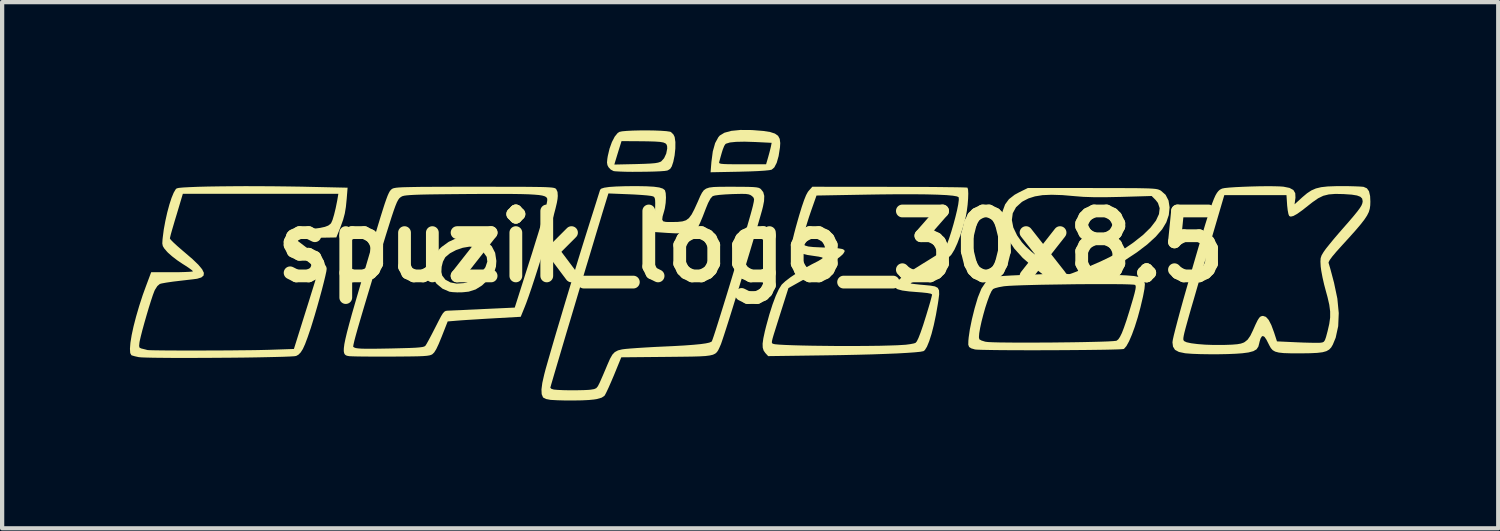
<source format=kicad_pcb>
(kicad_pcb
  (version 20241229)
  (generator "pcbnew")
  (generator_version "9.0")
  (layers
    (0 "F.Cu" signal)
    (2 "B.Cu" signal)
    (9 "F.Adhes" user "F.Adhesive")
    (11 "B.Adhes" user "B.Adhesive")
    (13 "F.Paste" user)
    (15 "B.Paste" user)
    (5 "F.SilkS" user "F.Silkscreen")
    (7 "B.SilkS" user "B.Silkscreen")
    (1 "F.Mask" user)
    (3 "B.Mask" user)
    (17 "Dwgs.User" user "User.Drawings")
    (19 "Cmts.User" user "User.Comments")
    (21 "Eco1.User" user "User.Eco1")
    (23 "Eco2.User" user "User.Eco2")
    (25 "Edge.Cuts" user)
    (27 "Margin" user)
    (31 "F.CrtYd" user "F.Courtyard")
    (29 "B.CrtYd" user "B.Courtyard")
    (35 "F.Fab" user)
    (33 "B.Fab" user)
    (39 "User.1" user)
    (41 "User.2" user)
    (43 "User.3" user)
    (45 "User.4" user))
  (footprint "spuzik_logo_30x8.5"
    (layer "F.Cu")
    (at 14.572 2.736)
    (property "Reference" "spuzik_logo_30x8.5" (at 0 0 0) (layer "F.SilkS") (effects (font (size 1.524 1.524) (thickness 0.3))))
    (attr board_only exclude_from_pos_files exclude_from_bom)
    (fp_poly (pts (xy 0.017 -2.734) (xy 0.075 -2.73) (xy 0.29 -2.713) (xy 0.451 -2.688) (xy 0.565 -2.651) (xy 0.639 -2.599) (xy 0.678 -2.526) (xy 0.69 -2.429) (xy 0.684 -2.329) (xy 0.652 -2.124) (xy 0.607 -1.965) (xy 0.55 -1.856) (xy 0.489 -1.804) (xy 0.431 -1.792) (xy 0.322 -1.781) (xy 0.167 -1.771) (xy -0.025 -1.763) (xy -0.246 -1.757) (xy -0.269 -1.756) (xy -0.945 -1.743) (xy -0.927 -1.965) (xy -0.745 -1.965) (xy -0.731 -1.951) (xy -0.696 -1.942) (xy -0.63 -1.936) (xy -0.526 -1.932) (xy -0.377 -1.931) (xy -0.2 -1.931) (xy 0.358 -1.931) (xy 0.406 -2.096) (xy 0.436 -2.205) (xy 0.461 -2.304) (xy 0.471 -2.347) (xy 0.488 -2.434) (xy 0.108 -2.453) (xy -0.145 -2.461) (xy -0.346 -2.457) (xy -0.492 -2.442) (xy -0.582 -2.414) (xy -0.596 -2.405) (xy -0.625 -2.361) (xy -0.658 -2.279) (xy -0.681 -2.206) (xy -0.71 -2.104) (xy -0.733 -2.019) (xy -0.743 -1.983) (xy -0.745 -1.965) (xy -0.927 -1.965) (xy -0.926 -1.98) (xy -0.893 -2.232) (xy -0.838 -2.428) (xy -0.762 -2.567) (xy -0.729 -2.605) (xy -0.62 -2.671) (xy -0.458 -2.715) (xy -0.245 -2.736)) (stroke (width 0) (type solid)) (fill yes) (layer "F.SilkS"))
    (fp_poly (pts (xy -6.477 -0.225) (xy -6.389 -0.216) (xy -6.322 -0.197) (xy -6.258 -0.161) (xy -6.21 -0.129) (xy -6.08 -0.006) (xy -6.001 0.148) (xy -5.973 0.334) (xy -5.973 0.346) (xy -5.982 0.473) (xy -6.016 0.579) (xy -6.084 0.685) (xy -6.159 0.771) (xy -6.31 0.914) (xy -6.459 1.007) (xy -6.622 1.059) (xy -6.768 1.074) (xy -6.891 1.076) (xy -7.001 1.07) (xy -7.074 1.06) (xy -7.237 0.989) (xy -7.375 0.875) (xy -7.475 0.732) (xy -7.51 0.64) (xy -7.513 0.597) (xy -7.263 0.597) (xy -7.244 0.681) (xy -7.169 0.778) (xy -7.052 0.842) (xy -6.906 0.87) (xy -6.74 0.859) (xy -6.661 0.839) (xy -6.552 0.788) (xy -6.431 0.703) (xy -6.32 0.601) (xy -6.24 0.501) (xy -6.228 0.481) (xy -6.185 0.354) (xy -6.199 0.243) (xy -6.271 0.142) (xy -6.29 0.124) (xy -6.372 0.063) (xy -6.451 0.02) (xy -6.473 0.012) (xy -6.605 0.003) (xy -6.76 0.029) (xy -6.918 0.083) (xy -7.06 0.158) (xy -7.166 0.246) (xy -7.175 0.258) (xy -7.226 0.354) (xy -7.257 0.476) (xy -7.263 0.597) (xy -7.513 0.597) (xy -7.519 0.5) (xy -7.484 0.344) (xy -7.411 0.191) (xy -7.306 0.055) (xy -7.255 0.008) (xy -7.092 -0.11) (xy -6.935 -0.183) (xy -6.762 -0.219) (xy -6.606 -0.226)) (stroke (width 0) (type solid)) (fill yes) (layer "F.SilkS"))
    (fp_poly (pts (xy -2.261 -2.723) (xy -2.108 -2.717) (xy -1.984 -2.708) (xy -1.901 -2.696) (xy -1.878 -2.689) (xy -1.819 -2.633) (xy -1.788 -2.571) (xy -1.771 -2.453) (xy -1.772 -2.301) (xy -1.789 -2.139) (xy -1.82 -1.988) (xy -1.823 -1.979) (xy -1.856 -1.88) (xy -1.893 -1.823) (xy -1.945 -1.79) (xy -1.965 -1.783) (xy -2.022 -1.774) (xy -2.127 -1.766) (xy -2.267 -1.76) (xy -2.432 -1.756) (xy -2.608 -1.754) (xy -2.784 -1.753) (xy -2.946 -1.755) (xy -3.084 -1.76) (xy -3.185 -1.766) (xy -3.221 -1.771) (xy -3.287 -1.805) (xy -3.34 -1.861) (xy -3.367 -1.913) (xy -3.368 -1.924) (xy -3.204 -1.924) (xy -2.693 -1.935) (xy -2.497 -1.941) (xy -2.351 -1.948) (xy -2.247 -1.957) (xy -2.175 -1.97) (xy -2.125 -1.987) (xy -2.103 -1.999) (xy -2.036 -2.073) (xy -1.986 -2.181) (xy -1.963 -2.298) (xy -1.965 -2.353) (xy -1.977 -2.392) (xy -2.003 -2.421) (xy -2.053 -2.442) (xy -2.133 -2.456) (xy -2.252 -2.464) (xy -2.417 -2.469) (xy -2.581 -2.471) (xy -3.035 -2.474) (xy -3.099 -2.27) (xy -3.134 -2.156) (xy -3.164 -2.057) (xy -3.183 -1.995) (xy -3.204 -1.924) (xy -3.368 -1.924) (xy -3.376 -1.973) (xy -3.368 -2.06) (xy -3.358 -2.122) (xy -3.317 -2.296) (xy -3.261 -2.452) (xy -3.195 -2.579) (xy -3.126 -2.664) (xy -3.086 -2.69) (xy -3.022 -2.704) (xy -2.912 -2.714) (xy -2.769 -2.721) (xy -2.604 -2.725) (xy -2.431 -2.726)) (stroke (width 0) (type solid)) (fill yes) (layer "F.SilkS"))
    (fp_poly (pts (xy -6.095 -1.403) (xy -5.769 -1.402) (xy -5.495 -1.402) (xy -5.267 -1.401) (xy -5.081 -1.399) (xy -4.933 -1.397) (xy -4.818 -1.394) (xy -4.731 -1.389) (xy -4.669 -1.384) (xy -4.626 -1.377) (xy -4.598 -1.369) (xy -4.58 -1.359) (xy -4.569 -1.347) (xy -4.565 -1.342) (xy -4.537 -1.28) (xy -4.531 -1.187) (xy -4.537 -1.116) (xy -4.552 -1.029) (xy -4.584 -0.894) (xy -4.63 -0.718) (xy -4.688 -0.509) (xy -4.756 -0.277) (xy -4.83 -0.028) (xy -4.908 0.228) (xy -4.988 0.483) (xy -5.067 0.729) (xy -5.142 0.958) (xy -5.212 1.162) (xy -5.273 1.331) (xy -5.314 1.435) (xy -5.401 1.649) (xy -6.041 1.685) (xy -6.248 1.697) (xy -6.449 1.71) (xy -6.632 1.721) (xy -6.782 1.731) (xy -6.887 1.739) (xy -6.899 1.74) (xy -7.115 1.758) (xy -7.256 2.117) (xy -7.326 2.287) (xy -7.383 2.408) (xy -7.432 2.486) (xy -7.475 2.528) (xy -7.504 2.543) (xy -7.544 2.555) (xy -7.601 2.564) (xy -7.684 2.571) (xy -7.798 2.576) (xy -7.951 2.579) (xy -8.15 2.581) (xy -8.401 2.583) (xy -8.43 2.583) (xy -8.66 2.583) (xy -8.875 2.583) (xy -9.067 2.582) (xy -9.226 2.58) (xy -9.344 2.577) (xy -9.412 2.574) (xy -9.418 2.574) (xy -9.462 2.567) (xy -9.498 2.556) (xy -9.526 2.536) (xy -9.545 2.503) (xy -9.554 2.454) (xy -9.552 2.384) (xy -9.547 2.346) (xy -9.333 2.346) (xy -9.331 2.354) (xy -9.307 2.37) (xy -9.271 2.383) (xy -9.214 2.391) (xy -9.131 2.397) (xy -9.014 2.399) (xy -8.856 2.399) (xy -8.651 2.396) (xy -8.431 2.392) (xy -8.194 2.386) (xy -8.01 2.381) (xy -7.873 2.375) (xy -7.774 2.367) (xy -7.707 2.358) (xy -7.666 2.347) (xy -7.642 2.332) (xy -7.637 2.327) (xy -7.609 2.283) (xy -7.561 2.196) (xy -7.498 2.078) (xy -7.427 1.94) (xy -7.403 1.893) (xy -7.326 1.742) (xy -7.27 1.636) (xy -7.228 1.568) (xy -7.194 1.53) (xy -7.161 1.511) (xy -7.124 1.506) (xy -7.111 1.505) (xy -7.054 1.503) (xy -6.947 1.498) (xy -6.798 1.492) (xy -6.618 1.483) (xy -6.417 1.474) (xy -6.277 1.467) (xy -5.541 1.433) (xy -5.215 0.407) (xy -5.135 0.157) (xy -5.06 -0.086) (xy -4.989 -0.313) (xy -4.928 -0.515) (xy -4.877 -0.684) (xy -4.841 -0.811) (xy -4.824 -0.873) (xy -4.794 -0.996) (xy -4.779 -1.074) (xy -4.778 -1.121) (xy -4.792 -1.148) (xy -4.811 -1.165) (xy -4.845 -1.182) (xy -4.898 -1.197) (xy -4.976 -1.209) (xy -5.081 -1.218) (xy -5.219 -1.226) (xy -5.394 -1.231) (xy -5.611 -1.234) (xy -5.873 -1.235) (xy -6.184 -1.235) (xy -6.551 -1.233) (xy -6.697 -1.232) (xy -7.034 -1.229) (xy -7.316 -1.226) (xy -7.547 -1.223) (xy -7.734 -1.219) (xy -7.881 -1.214) (xy -7.993 -1.208) (xy -8.076 -1.201) (xy -8.134 -1.193) (xy -8.174 -1.183) (xy -8.19 -1.176) (xy -8.221 -1.157) (xy -8.25 -1.132) (xy -8.278 -1.093) (xy -8.308 -1.036) (xy -8.342 -0.953) (xy -8.383 -0.839) (xy -8.433 -0.689) (xy -8.494 -0.496) (xy -8.57 -0.254) (xy -8.615 -0.106) (xy -8.759 0.365) (xy -8.886 0.78) (xy -8.995 1.141) (xy -9.088 1.451) (xy -9.165 1.712) (xy -9.227 1.925) (xy -9.274 2.093) (xy -9.307 2.218) (xy -9.326 2.302) (xy -9.333 2.346) (xy -9.547 2.346) (xy -9.54 2.29) (xy -9.515 2.167) (xy -9.478 2.011) (xy -9.427 1.818) (xy -9.363 1.585) (xy -9.283 1.308) (xy -9.188 0.982) (xy -9.077 0.603) (xy -9.037 0.468) (xy -8.93 0.104) (xy -8.838 -0.206) (xy -8.76 -0.467) (xy -8.694 -0.684) (xy -8.639 -0.86) (xy -8.594 -1.001) (xy -8.556 -1.11) (xy -8.525 -1.193) (xy -8.498 -1.253) (xy -8.475 -1.296) (xy -8.453 -1.324) (xy -8.432 -1.344) (xy -8.419 -1.353) (xy -8.399 -1.364) (xy -8.369 -1.372) (xy -8.324 -1.38) (xy -8.261 -1.386) (xy -8.174 -1.391) (xy -8.059 -1.394) (xy -7.912 -1.397) (xy -7.727 -1.4) (xy -7.501 -1.401) (xy -7.229 -1.402) (xy -6.906 -1.403) (xy -6.527 -1.403) (xy -6.477 -1.403)) (stroke (width 0) (type solid)) (fill yes) (layer "F.SilkS"))
    (fp_poly (pts (xy -11.541 -1.416) (xy -11.205 -1.414) (xy -10.866 -1.41) (xy -10.53 -1.405) (xy -10.411 -1.402) (xy -9.464 -1.381) (xy -9.485 -1.12) (xy -9.504 -0.93) (xy -9.53 -0.774) (xy -9.569 -0.628) (xy -9.627 -0.466) (xy -9.647 -0.415) (xy -9.729 -0.213) (xy -10.718 -0.196) (xy -10.429 0.024) (xy -10.24 0.174) (xy -10.101 0.298) (xy -10.009 0.399) (xy -9.963 0.48) (xy -9.955 0.521) (xy -9.963 0.584) (xy -9.987 0.694) (xy -10.023 0.842) (xy -10.068 1.018) (xy -10.121 1.212) (xy -10.178 1.415) (xy -10.237 1.617) (xy -10.295 1.807) (xy -10.329 1.916) (xy -10.401 2.127) (xy -10.461 2.288) (xy -10.514 2.405) (xy -10.565 2.485) (xy -10.617 2.538) (xy -10.671 2.568) (xy -10.718 2.575) (xy -10.817 2.581) (xy -10.965 2.587) (xy -11.152 2.592) (xy -11.374 2.597) (xy -11.623 2.602) (xy -11.894 2.606) (xy -12.178 2.609) (xy -12.47 2.611) (xy -12.763 2.613) (xy -13.051 2.614) (xy -13.327 2.615) (xy -13.585 2.614) (xy -13.817 2.612) (xy -14.017 2.61) (xy -14.18 2.606) (xy -14.297 2.602) (xy -14.363 2.596) (xy -14.365 2.596) (xy -14.456 2.576) (xy -14.522 2.557) (xy -14.539 2.55) (xy -14.566 2.5) (xy -14.572 2.4) (xy -14.567 2.334) (xy -14.357 2.334) (xy -14.346 2.374) (xy -14.305 2.393) (xy -14.28 2.399) (xy -14.207 2.417) (xy -14.163 2.429) (xy -14.123 2.432) (xy -14.029 2.435) (xy -13.89 2.437) (xy -13.711 2.439) (xy -13.502 2.44) (xy -13.268 2.441) (xy -13.018 2.441) (xy -12.757 2.44) (xy -12.494 2.439) (xy -12.236 2.438) (xy -11.989 2.435) (xy -11.762 2.433) (xy -11.561 2.43) (xy -11.394 2.426) (xy -11.31 2.424) (xy -10.724 2.404) (xy -10.501 1.692) (xy -10.435 1.482) (xy -10.371 1.279) (xy -10.314 1.094) (xy -10.265 0.938) (xy -10.229 0.822) (xy -10.216 0.777) (xy -10.154 0.574) (xy -10.243 0.481) (xy -10.306 0.425) (xy -10.404 0.347) (xy -10.521 0.26) (xy -10.595 0.208) (xy -10.708 0.128) (xy -10.803 0.054) (xy -10.868 -0.004) (xy -10.89 -0.03) (xy -10.915 -0.113) (xy -10.918 -0.209) (xy -10.901 -0.293) (xy -10.876 -0.331) (xy -10.83 -0.348) (xy -10.737 -0.366) (xy -10.611 -0.383) (xy -10.476 -0.397) (xy -10.267 -0.416) (xy -10.11 -0.437) (xy -9.996 -0.462) (xy -9.918 -0.492) (xy -9.868 -0.53) (xy -9.85 -0.552) (xy -9.818 -0.624) (xy -9.782 -0.744) (xy -9.744 -0.899) (xy -9.708 -1.077) (xy -9.7 -1.124) (xy -9.681 -1.237) (xy -13.331 -1.237) (xy -13.392 -1.033) (xy -13.428 -0.912) (xy -13.474 -0.758) (xy -13.523 -0.597) (xy -13.543 -0.528) (xy -13.581 -0.399) (xy -13.612 -0.29) (xy -13.63 -0.215) (xy -13.635 -0.189) (xy -13.613 -0.158) (xy -13.552 -0.096) (xy -13.461 -0.012) (xy -13.348 0.086) (xy -13.294 0.132) (xy -13.105 0.294) (xy -12.967 0.427) (xy -12.878 0.534) (xy -12.837 0.618) (xy -12.844 0.681) (xy -12.897 0.726) (xy -12.995 0.756) (xy -13.085 0.768) (xy -13.354 0.799) (xy -13.565 0.824) (xy -13.721 0.847) (xy -13.825 0.866) (xy -13.87 0.878) (xy -13.928 0.926) (xy -13.986 1.017) (xy -14 1.048) (xy -14.034 1.138) (xy -14.078 1.271) (xy -14.129 1.433) (xy -14.182 1.612) (xy -14.234 1.793) (xy -14.281 1.964) (xy -14.318 2.11) (xy -14.343 2.219) (xy -14.349 2.253) (xy -14.357 2.334) (xy -14.567 2.334) (xy -14.561 2.257) (xy -14.532 2.079) (xy -14.487 1.871) (xy -14.427 1.64) (xy -14.355 1.394) (xy -14.272 1.138) (xy -14.201 0.943) (xy -14.074 0.603) (xy -13.583 0.603) (xy -13.419 0.602) (xy -13.278 0.598) (xy -13.17 0.593) (xy -13.106 0.586) (xy -13.093 0.581) (xy -13.117 0.556) (xy -13.181 0.509) (xy -13.275 0.446) (xy -13.337 0.407) (xy -13.462 0.323) (xy -13.583 0.23) (xy -13.679 0.145) (xy -13.702 0.121) (xy -13.767 0.045) (xy -13.801 -0.011) (xy -13.813 -0.072) (xy -13.808 -0.161) (xy -13.803 -0.208) (xy -13.778 -0.402) (xy -13.741 -0.602) (xy -13.697 -0.799) (xy -13.648 -0.981) (xy -13.597 -1.139) (xy -13.546 -1.263) (xy -13.499 -1.343) (xy -13.476 -1.364) (xy -13.426 -1.376) (xy -13.322 -1.386) (xy -13.168 -1.394) (xy -12.972 -1.402) (xy -12.738 -1.408) (xy -12.472 -1.412) (xy -12.18 -1.415) (xy -11.868 -1.417)) (stroke (width 0) (type solid)) (fill yes) (layer "F.SilkS"))
    (fp_poly (pts (xy 8.349 -1.372) (xy 8.635 -1.372) (xy 8.871 -1.371) (xy 9.063 -1.37) (xy 9.215 -1.367) (xy 9.334 -1.364) (xy 9.423 -1.359) (xy 9.49 -1.353) (xy 9.538 -1.345) (xy 9.573 -1.335) (xy 9.601 -1.323) (xy 9.623 -1.311) (xy 9.734 -1.214) (xy 9.803 -1.08) (xy 9.828 -0.919) (xy 9.809 -0.739) (xy 9.751 -0.568) (xy 9.654 -0.406) (xy 9.504 -0.232) (xy 9.305 -0.05) (xy 9.061 0.136) (xy 8.778 0.323) (xy 8.495 0.486) (xy 8.197 0.649) (xy 8.601 0.667) (xy 8.824 0.678) (xy 8.992 0.692) (xy 9.113 0.715) (xy 9.192 0.751) (xy 9.235 0.806) (xy 9.248 0.885) (xy 9.238 0.993) (xy 9.211 1.136) (xy 9.202 1.181) (xy 9.144 1.428) (xy 9.08 1.664) (xy 9.012 1.881) (xy 8.943 2.07) (xy 8.876 2.225) (xy 8.814 2.337) (xy 8.76 2.399) (xy 8.751 2.404) (xy 8.712 2.409) (xy 8.619 2.414) (xy 8.478 2.418) (xy 8.298 2.422) (xy 8.084 2.425) (xy 7.843 2.428) (xy 7.581 2.43) (xy 7.306 2.432) (xy 7.023 2.433) (xy 6.74 2.434) (xy 6.464 2.434) (xy 6.2 2.433) (xy 5.956 2.432) (xy 5.738 2.43) (xy 5.553 2.427) (xy 5.407 2.424) (xy 5.307 2.42) (xy 5.261 2.416) (xy 5.173 2.39) (xy 5.123 2.358) (xy 5.103 2.304) (xy 5.105 2.213) (xy 5.111 2.148) (xy 5.113 2.129) (xy 5.353 2.129) (xy 5.363 2.178) (xy 5.364 2.178) (xy 5.413 2.206) (xy 5.494 2.231) (xy 5.511 2.235) (xy 5.573 2.242) (xy 5.685 2.247) (xy 5.841 2.251) (xy 6.034 2.253) (xy 6.255 2.255) (xy 6.499 2.255) (xy 6.757 2.254) (xy 7.024 2.253) (xy 7.29 2.25) (xy 7.551 2.247) (xy 7.797 2.243) (xy 8.022 2.238) (xy 8.22 2.233) (xy 8.382 2.227) (xy 8.501 2.22) (xy 8.571 2.213) (xy 8.586 2.209) (xy 8.625 2.177) (xy 8.664 2.119) (xy 8.708 2.03) (xy 8.757 1.903) (xy 8.816 1.732) (xy 8.885 1.512) (xy 8.916 1.408) (xy 8.97 1.227) (xy 9.006 1.095) (xy 9.027 1.004) (xy 9.034 0.947) (xy 9.028 0.914) (xy 9.017 0.9) (xy 8.978 0.894) (xy 8.885 0.889) (xy 8.746 0.885) (xy 8.568 0.883) (xy 8.358 0.882) (xy 8.123 0.882) (xy 7.87 0.883) (xy 7.606 0.885) (xy 7.338 0.889) (xy 7.074 0.893) (xy 6.82 0.897) (xy 6.583 0.903) (xy 6.371 0.909) (xy 6.191 0.916) (xy 6.049 0.923) (xy 5.953 0.931) (xy 5.93 0.934) (xy 5.82 0.954) (xy 5.732 0.977) (xy 5.684 0.998) (xy 5.684 0.998) (xy 5.646 1.051) (xy 5.601 1.149) (xy 5.553 1.28) (xy 5.503 1.432) (xy 5.457 1.595) (xy 5.415 1.757) (xy 5.382 1.908) (xy 5.36 2.036) (xy 5.353 2.129) (xy 5.113 2.129) (xy 5.14 1.944) (xy 5.189 1.704) (xy 5.252 1.451) (xy 5.325 1.204) (xy 5.329 1.192) (xy 5.411 0.989) (xy 5.508 0.843) (xy 5.623 0.749) (xy 5.752 0.707) (xy 5.828 0.699) (xy 5.949 0.689) (xy 6.104 0.68) (xy 6.276 0.672) (xy 6.365 0.668) (xy 6.847 0.649) (xy 6.62 0.474) (xy 6.38 0.266) (xy 6.185 0.05) (xy 6.037 -0.17) (xy 5.939 -0.388) (xy 5.894 -0.6) (xy 5.895 -0.622) (xy 6.126 -0.622) (xy 6.16 -0.447) (xy 6.25 -0.259) (xy 6.361 -0.101) (xy 6.46 0.007) (xy 6.588 0.123) (xy 6.735 0.241) (xy 6.891 0.355) (xy 7.048 0.459) (xy 7.196 0.546) (xy 7.325 0.61) (xy 7.427 0.645) (xy 7.481 0.647) (xy 7.536 0.629) (xy 7.633 0.592) (xy 7.761 0.541) (xy 7.907 0.481) (xy 7.949 0.463) (xy 8.205 0.352) (xy 8.418 0.25) (xy 8.603 0.151) (xy 8.774 0.047) (xy 8.947 -0.071) (xy 8.975 -0.091) (xy 9.205 -0.272) (xy 9.383 -0.446) (xy 9.508 -0.609) (xy 9.579 -0.762) (xy 9.595 -0.9) (xy 9.554 -1.024) (xy 9.5 -1.093) (xy 9.407 -1.186) (xy 8.693 -1.165) (xy 8.346 -1.158) (xy 8.052 -1.158) (xy 7.805 -1.166) (xy 7.617 -1.181) (xy 7.312 -1.207) (xy 7.057 -1.215) (xy 6.845 -1.206) (xy 6.667 -1.177) (xy 6.516 -1.129) (xy 6.384 -1.061) (xy 6.357 -1.043) (xy 6.224 -0.923) (xy 6.147 -0.781) (xy 6.126 -0.622) (xy 5.895 -0.622) (xy 5.903 -0.801) (xy 5.911 -0.836) (xy 5.968 -0.99) (xy 6.058 -1.112) (xy 6.192 -1.216) (xy 6.297 -1.273) (xy 6.5 -1.373) (xy 8.009 -1.373)) (stroke (width 0) (type solid)) (fill yes) (layer "F.SilkS"))
    (fp_poly (pts (xy 3.255 -1.401) (xy 3.58 -1.4) (xy 3.887 -1.399) (xy 4.17 -1.398) (xy 4.425 -1.396) (xy 4.646 -1.393) (xy 4.827 -1.391) (xy 4.964 -1.388) (xy 5.052 -1.385) (xy 5.084 -1.382) (xy 5.098 -1.335) (xy 5.103 -1.244) (xy 5.099 -1.121) (xy 5.088 -0.982) (xy 5.07 -0.84) (xy 5.047 -0.711) (xy 5.042 -0.69) (xy 4.984 -0.473) (xy 4.918 -0.266) (xy 4.848 -0.079) (xy 4.778 0.074) (xy 4.712 0.182) (xy 4.696 0.203) (xy 4.604 0.29) (xy 4.463 0.398) (xy 4.279 0.524) (xy 4.059 0.663) (xy 3.958 0.723) (xy 3.86 0.783) (xy 3.788 0.831) (xy 3.752 0.861) (xy 3.751 0.865) (xy 3.784 0.873) (xy 3.864 0.883) (xy 3.977 0.895) (xy 4.056 0.902) (xy 4.214 0.917) (xy 4.322 0.936) (xy 4.387 0.97) (xy 4.417 1.029) (xy 4.42 1.123) (xy 4.402 1.262) (xy 4.389 1.347) (xy 4.344 1.606) (xy 4.294 1.843) (xy 4.241 2.05) (xy 4.186 2.222) (xy 4.133 2.351) (xy 4.083 2.432) (xy 4.05 2.456) (xy 3.976 2.47) (xy 3.845 2.483) (xy 3.663 2.496) (xy 3.433 2.509) (xy 3.16 2.52) (xy 2.849 2.531) (xy 2.503 2.54) (xy 2.126 2.548) (xy 1.75 2.554) (xy 0.407 2.572) (xy 0.339 2.498) (xy 0.3 2.442) (xy 0.279 2.372) (xy 0.276 2.28) (xy 0.281 2.244) (xy 0.493 2.244) (xy 0.496 2.263) (xy 0.505 2.274) (xy 0.519 2.282) (xy 0.519 2.282) (xy 0.565 2.293) (xy 0.664 2.302) (xy 0.809 2.31) (xy 0.994 2.317) (xy 1.211 2.323) (xy 1.452 2.328) (xy 1.712 2.331) (xy 1.982 2.334) (xy 2.256 2.335) (xy 2.527 2.334) (xy 2.788 2.332) (xy 3.031 2.329) (xy 3.25 2.323) (xy 3.437 2.317) (xy 3.586 2.308) (xy 3.634 2.305) (xy 3.74 2.291) (xy 3.827 2.274) (xy 3.865 2.261) (xy 3.895 2.226) (xy 3.934 2.147) (xy 3.983 2.021) (xy 4.044 1.844) (xy 4.116 1.615) (xy 4.176 1.416) (xy 4.211 1.297) (xy 4.237 1.199) (xy 4.252 1.137) (xy 4.253 1.125) (xy 4.224 1.107) (xy 4.14 1.091) (xy 4.006 1.077) (xy 3.929 1.071) (xy 3.716 1.054) (xy 3.553 1.032) (xy 3.442 1.002) (xy 3.381 0.961) (xy 3.372 0.908) (xy 3.415 0.838) (xy 3.51 0.751) (xy 3.658 0.643) (xy 3.858 0.512) (xy 4.026 0.407) (xy 4.176 0.315) (xy 4.312 0.23) (xy 4.422 0.16) (xy 4.499 0.11) (xy 4.527 0.09) (xy 4.561 0.041) (xy 4.604 -0.056) (xy 4.653 -0.189) (xy 4.704 -0.347) (xy 4.754 -0.517) (xy 4.8 -0.688) (xy 4.839 -0.849) (xy 4.867 -0.988) (xy 4.881 -1.094) (xy 4.879 -1.155) (xy 4.878 -1.155) (xy 4.84 -1.176) (xy 4.743 -1.193) (xy 4.59 -1.207) (xy 4.382 -1.217) (xy 4.121 -1.224) (xy 3.809 -1.227) (xy 3.447 -1.227) (xy 3.038 -1.223) (xy 2.71 -1.218) (xy 1.541 -1.197) (xy 1.423 -0.863) (xy 1.368 -0.702) (xy 1.316 -0.537) (xy 1.272 -0.388) (xy 1.251 -0.307) (xy 1.226 -0.198) (xy 1.216 -0.117) (xy 1.228 -0.061) (xy 1.27 -0.024) (xy 1.348 -0.001) (xy 1.468 0.012) (xy 1.639 0.02) (xy 1.735 0.024) (xy 1.926 0.032) (xy 2.062 0.043) (xy 2.15 0.059) (xy 2.194 0.083) (xy 2.201 0.116) (xy 2.175 0.16) (xy 2.153 0.187) (xy 2.085 0.247) (xy 1.97 0.331) (xy 1.815 0.434) (xy 1.625 0.552) (xy 1.407 0.68) (xy 1.263 0.762) (xy 0.882 0.976) (xy 0.699 1.552) (xy 0.63 1.77) (xy 0.577 1.939) (xy 0.538 2.063) (xy 0.512 2.151) (xy 0.498 2.209) (xy 0.493 2.244) (xy 0.281 2.244) (xy 0.293 2.156) (xy 0.329 1.989) (xy 0.36 1.865) (xy 0.434 1.596) (xy 0.51 1.357) (xy 0.585 1.157) (xy 0.657 1.001) (xy 0.722 0.897) (xy 0.73 0.888) (xy 0.811 0.813) (xy 0.934 0.719) (xy 1.085 0.618) (xy 1.253 0.515) (xy 1.423 0.421) (xy 1.488 0.388) (xy 1.585 0.338) (xy 1.656 0.295) (xy 1.689 0.269) (xy 1.689 0.267) (xy 1.662 0.253) (xy 1.591 0.237) (xy 1.516 0.226) (xy 1.329 0.198) (xy 1.19 0.163) (xy 1.087 0.117) (xy 1.041 0.086) (xy 0.989 0.035) (xy 0.969 -0.02) (xy 0.973 -0.107) (xy 0.986 -0.179) (xy 1.014 -0.296) (xy 1.053 -0.444) (xy 1.1 -0.612) (xy 1.133 -0.727) (xy 1.197 -0.936) (xy 1.251 -1.093) (xy 1.297 -1.207) (xy 1.339 -1.283) (xy 1.361 -1.311) (xy 1.443 -1.403)) (stroke (width 0) (type solid)) (fill yes) (layer "F.SilkS"))
    (fp_poly (pts (xy 14.026 -1.417) (xy 14.174 -1.413) (xy 14.293 -1.408) (xy 14.37 -1.402) (xy 14.382 -1.4) (xy 14.459 -1.366) (xy 14.508 -1.297) (xy 14.534 -1.184) (xy 14.54 -1.053) (xy 14.537 -0.966) (xy 14.526 -0.887) (xy 14.503 -0.809) (xy 14.462 -0.727) (xy 14.4 -0.633) (xy 14.313 -0.521) (xy 14.197 -0.384) (xy 14.047 -0.216) (xy 13.882 -0.035) (xy 13.744 0.118) (xy 13.647 0.233) (xy 13.587 0.315) (xy 13.56 0.367) (xy 13.56 0.387) (xy 13.574 0.434) (xy 13.601 0.526) (xy 13.635 0.653) (xy 13.674 0.801) (xy 13.686 0.845) (xy 13.765 1.22) (xy 13.798 1.562) (xy 13.785 1.869) (xy 13.726 2.14) (xy 13.659 2.302) (xy 13.62 2.369) (xy 13.572 2.419) (xy 13.507 2.456) (xy 13.417 2.481) (xy 13.293 2.496) (xy 13.126 2.504) (xy 12.909 2.507) (xy 12.875 2.507) (xy 12.665 2.506) (xy 12.506 2.501) (xy 12.389 2.488) (xy 12.306 2.466) (xy 12.247 2.432) (xy 12.204 2.383) (xy 12.167 2.317) (xy 12.161 2.305) (xy 12.101 2.187) (xy 12.056 2.121) (xy 12.018 2.1) (xy 11.993 2.11) (xy 11.962 2.16) (xy 11.938 2.241) (xy 11.935 2.258) (xy 11.911 2.349) (xy 11.868 2.413) (xy 11.793 2.456) (xy 11.679 2.486) (xy 11.535 2.505) (xy 11.382 2.516) (xy 11.192 2.524) (xy 10.979 2.528) (xy 10.758 2.528) (xy 10.547 2.525) (xy 10.361 2.518) (xy 10.215 2.507) (xy 10.188 2.504) (xy 10.046 2.474) (xy 9.955 2.425) (xy 9.908 2.349) (xy 9.895 2.248) (xy 9.903 2.192) (xy 9.907 2.173) (xy 10.15 2.173) (xy 10.153 2.194) (xy 10.16 2.207) (xy 10.169 2.218) (xy 10.172 2.221) (xy 10.228 2.247) (xy 10.335 2.27) (xy 10.483 2.289) (xy 10.661 2.303) (xy 10.86 2.31) (xy 11.07 2.31) (xy 11.123 2.309) (xy 11.292 2.303) (xy 11.414 2.293) (xy 11.5 2.278) (xy 11.563 2.256) (xy 11.591 2.241) (xy 11.659 2.186) (xy 11.721 2.097) (xy 11.781 1.974) (xy 11.845 1.83) (xy 11.893 1.732) (xy 11.93 1.673) (xy 11.964 1.642) (xy 11.999 1.63) (xy 12.023 1.629) (xy 12.089 1.651) (xy 12.153 1.722) (xy 12.216 1.844) (xy 12.282 2.022) (xy 12.283 2.026) (xy 12.348 2.226) (xy 12.803 2.247) (xy 12.972 2.254) (xy 13.127 2.258) (xy 13.255 2.26) (xy 13.343 2.259) (xy 13.363 2.258) (xy 13.414 2.251) (xy 13.448 2.234) (xy 13.474 2.196) (xy 13.499 2.125) (xy 13.53 2.008) (xy 13.535 1.991) (xy 13.575 1.817) (xy 13.596 1.667) (xy 13.596 1.523) (xy 13.576 1.368) (xy 13.534 1.185) (xy 13.498 1.054) (xy 13.454 0.889) (xy 13.416 0.721) (xy 13.388 0.572) (xy 13.374 0.468) (xy 13.368 0.352) (xy 13.373 0.273) (xy 13.395 0.207) (xy 13.439 0.133) (xy 13.447 0.121) (xy 13.496 0.052) (xy 13.578 -0.05) (xy 13.681 -0.176) (xy 13.799 -0.314) (xy 13.88 -0.407) (xy 14.034 -0.583) (xy 14.151 -0.72) (xy 14.237 -0.826) (xy 14.296 -0.906) (xy 14.333 -0.967) (xy 14.352 -1.016) (xy 14.359 -1.058) (xy 14.359 -1.067) (xy 14.347 -1.126) (xy 14.305 -1.168) (xy 14.226 -1.198) (xy 14.103 -1.218) (xy 13.927 -1.23) (xy 13.914 -1.231) (xy 13.718 -1.235) (xy 13.564 -1.223) (xy 13.435 -1.191) (xy 13.314 -1.132) (xy 13.183 -1.041) (xy 13.104 -0.979) (xy 12.944 -0.853) (xy 12.822 -0.766) (xy 12.733 -0.717) (xy 12.672 -0.702) (xy 12.636 -0.716) (xy 12.617 -0.761) (xy 12.6 -0.85) (xy 12.587 -0.962) (xy 12.586 -0.979) (xy 12.571 -1.207) (xy 11.112 -1.207) (xy 10.685 0.249) (xy 10.573 0.629) (xy 10.477 0.956) (xy 10.397 1.233) (xy 10.329 1.464) (xy 10.275 1.655) (xy 10.232 1.809) (xy 10.199 1.93) (xy 10.175 2.023) (xy 10.16 2.091) (xy 10.152 2.14) (xy 10.15 2.173) (xy 9.907 2.173) (xy 9.927 2.083) (xy 9.966 1.929) (xy 10.017 1.733) (xy 10.079 1.503) (xy 10.151 1.243) (xy 10.232 0.959) (xy 10.287 0.767) (xy 10.402 0.371) (xy 10.502 0.029) (xy 10.588 -0.263) (xy 10.662 -0.51) (xy 10.726 -0.715) (xy 10.781 -0.882) (xy 10.828 -1.016) (xy 10.869 -1.121) (xy 10.905 -1.201) (xy 10.939 -1.259) (xy 10.971 -1.3) (xy 11.002 -1.329) (xy 11.036 -1.349) (xy 11.063 -1.361) (xy 11.123 -1.373) (xy 11.232 -1.384) (xy 11.378 -1.394) (xy 11.55 -1.402) (xy 11.738 -1.409) (xy 11.929 -1.414) (xy 12.113 -1.416) (xy 12.277 -1.415) (xy 12.412 -1.411) (xy 12.499 -1.405) (xy 12.642 -1.376) (xy 12.733 -1.327) (xy 12.777 -1.252) (xy 12.782 -1.145) (xy 12.779 -1.125) (xy 12.761 -0.991) (xy 12.947 -1.16) (xy 13.054 -1.25) (xy 13.154 -1.316) (xy 13.261 -1.363) (xy 13.385 -1.393) (xy 13.538 -1.41) (xy 13.733 -1.417) (xy 13.863 -1.418)) (stroke (width 0) (type solid)) (fill yes) (layer "F.SilkS"))
    (fp_poly (pts (xy -2.453 -1.414) (xy -2.276 -1.404) (xy -2.148 -1.386) (xy -2.064 -1.359) (xy -2.018 -1.323) (xy -2.016 -1.32) (xy -1.998 -1.254) (xy -1.992 -1.148) (xy -1.999 -1.023) (xy -2.018 -0.897) (xy -2.036 -0.827) (xy -2.071 -0.706) (xy -2.08 -0.631) (xy -2.057 -0.592) (xy -1.992 -0.577) (xy -1.88 -0.575) (xy -1.863 -0.575) (xy -1.716 -0.578) (xy -1.605 -0.59) (xy -1.52 -0.617) (xy -1.452 -0.669) (xy -1.39 -0.752) (xy -1.326 -0.874) (xy -1.249 -1.043) (xy -1.234 -1.077) (xy -1.188 -1.183) (xy -1.147 -1.262) (xy -1.105 -1.32) (xy -1.05 -1.359) (xy -0.976 -1.384) (xy -0.872 -1.397) (xy -0.73 -1.402) (xy -0.541 -1.403) (xy -0.422 -1.403) (xy -0.216 -1.402) (xy -0.06 -1.4) (xy 0.051 -1.396) (xy 0.129 -1.389) (xy 0.18 -1.379) (xy 0.214 -1.364) (xy 0.235 -1.348) (xy 0.291 -1.277) (xy 0.315 -1.188) (xy 0.31 -1.067) (xy 0.286 -0.943) (xy 0.265 -0.859) (xy 0.228 -0.728) (xy 0.178 -0.556) (xy 0.118 -0.349) (xy 0.048 -0.116) (xy -0.028 0.138) (xy -0.109 0.405) (xy -0.193 0.68) (xy -0.276 0.953) (xy -0.359 1.22) (xy -0.437 1.473) (xy -0.51 1.706) (xy -0.575 1.91) (xy -0.63 2.08) (xy -0.673 2.209) (xy -0.701 2.29) (xy -0.709 2.308) (xy -0.739 2.377) (xy -0.766 2.433) (xy -0.796 2.478) (xy -0.835 2.513) (xy -0.889 2.539) (xy -0.965 2.557) (xy -1.068 2.57) (xy -1.206 2.578) (xy -1.383 2.583) (xy -1.606 2.586) (xy -1.882 2.589) (xy -1.976 2.59) (xy -3.041 2.6) (xy -3.213 3.021) (xy -3.278 3.173) (xy -3.338 3.31) (xy -3.389 3.418) (xy -3.425 3.487) (xy -3.435 3.502) (xy -3.499 3.546) (xy -3.611 3.579) (xy -3.68 3.59) (xy -3.801 3.602) (xy -3.965 3.61) (xy -4.154 3.613) (xy -4.351 3.613) (xy -4.54 3.608) (xy -4.702 3.599) (xy -4.706 3.598) (xy -4.805 3.579) (xy -4.871 3.546) (xy -4.879 3.537) (xy -4.909 3.465) (xy -4.914 3.354) (xy -4.909 3.314) (xy -4.706 3.314) (xy -4.68 3.34) (xy -4.623 3.357) (xy -4.531 3.365) (xy -4.398 3.371) (xy -4.24 3.374) (xy -4.076 3.373) (xy -3.925 3.37) (xy -3.804 3.364) (xy -3.756 3.359) (xy -3.678 3.346) (xy -3.628 3.324) (xy -3.591 3.28) (xy -3.55 3.2) (xy -3.53 3.155) (xy -3.472 3.023) (xy -3.408 2.873) (xy -3.367 2.775) (xy -3.304 2.632) (xy -3.249 2.536) (xy -3.19 2.475) (xy -3.116 2.437) (xy -3.022 2.414) (xy -2.946 2.404) (xy -2.821 2.393) (xy -2.657 2.381) (xy -2.465 2.369) (xy -2.257 2.357) (xy -2.148 2.352) (xy -1.826 2.337) (xy -1.56 2.322) (xy -1.346 2.306) (xy -1.18 2.29) (xy -1.058 2.273) (xy -0.975 2.255) (xy -0.927 2.235) (xy -0.918 2.228) (xy -0.903 2.193) (xy -0.873 2.107) (xy -0.83 1.976) (xy -0.776 1.806) (xy -0.713 1.605) (xy -0.642 1.377) (xy -0.566 1.131) (xy -0.487 0.872) (xy -0.407 0.607) (xy -0.327 0.341) (xy -0.25 0.083) (xy -0.177 -0.162) (xy -0.11 -0.388) (xy -0.053 -0.588) (xy -0.005 -0.755) (xy 0.03 -0.884) (xy 0.047 -0.95) (xy 0.069 -1.051) (xy 0.076 -1.11) (xy 0.063 -1.148) (xy 0.031 -1.181) (xy 0.023 -1.187) (xy -0.011 -1.21) (xy -0.055 -1.225) (xy -0.119 -1.234) (xy -0.216 -1.236) (xy -0.357 -1.233) (xy -0.437 -1.231) (xy -0.599 -1.223) (xy -0.738 -1.212) (xy -0.841 -1.198) (xy -0.895 -1.183) (xy -0.945 -1.129) (xy -1.003 -1.022) (xy -1.054 -0.898) (xy -1.13 -0.701) (xy -1.191 -0.556) (xy -1.24 -0.454) (xy -1.282 -0.39) (xy -1.319 -0.356) (xy -1.34 -0.348) (xy -1.481 -0.323) (xy -1.612 -0.311) (xy -1.754 -0.309) (xy -1.932 -0.318) (xy -1.953 -0.319) (xy -2.271 -0.341) (xy -2.253 -0.743) (xy -2.246 -0.907) (xy -2.244 -1.02) (xy -2.247 -1.094) (xy -2.256 -1.138) (xy -2.272 -1.163) (xy -2.292 -1.176) (xy -2.341 -1.188) (xy -2.438 -1.2) (xy -2.573 -1.211) (xy -2.733 -1.221) (xy -2.846 -1.226) (xy -3.343 -1.246) (xy -3.435 -0.947) (xy -3.486 -0.781) (xy -3.547 -0.577) (xy -3.619 -0.341) (xy -3.697 -0.08) (xy -3.782 0.203) (xy -3.872 0.5) (xy -3.964 0.808) (xy -4.057 1.12) (xy -4.15 1.432) (xy -4.241 1.737) (xy -4.329 2.03) (xy -4.411 2.307) (xy -4.486 2.561) (xy -4.553 2.787) (xy -4.61 2.98) (xy -4.655 3.134) (xy -4.687 3.243) (xy -4.704 3.304) (xy -4.706 3.314) (xy -4.909 3.314) (xy -4.894 3.199) (xy -4.848 2.997) (xy -4.817 2.879) (xy -4.751 2.648) (xy -4.671 2.371) (xy -4.579 2.056) (xy -4.477 1.715) (xy -4.371 1.358) (xy -4.261 0.994) (xy -4.152 0.635) (xy -4.047 0.29) (xy -3.948 -0.03) (xy -3.859 -0.314) (xy -3.825 -0.422) (xy -3.756 -0.641) (xy -3.692 -0.842) (xy -3.636 -1.019) (xy -3.591 -1.163) (xy -3.558 -1.267) (xy -3.54 -1.324) (xy -3.538 -1.331) (xy -3.51 -1.359) (xy -3.44 -1.381) (xy -3.324 -1.398) (xy -3.159 -1.409) (xy -2.941 -1.416) (xy -2.685 -1.418)) (stroke (width 0) (type solid)) (fill yes) (layer "F.SilkS")))
  (gr_rect
    (start -3 -3)
    (end 32.113 9.349)
    (stroke (width 0.1) (type default))
    (fill no)
    (layer "Edge.Cuts")))
</source>
